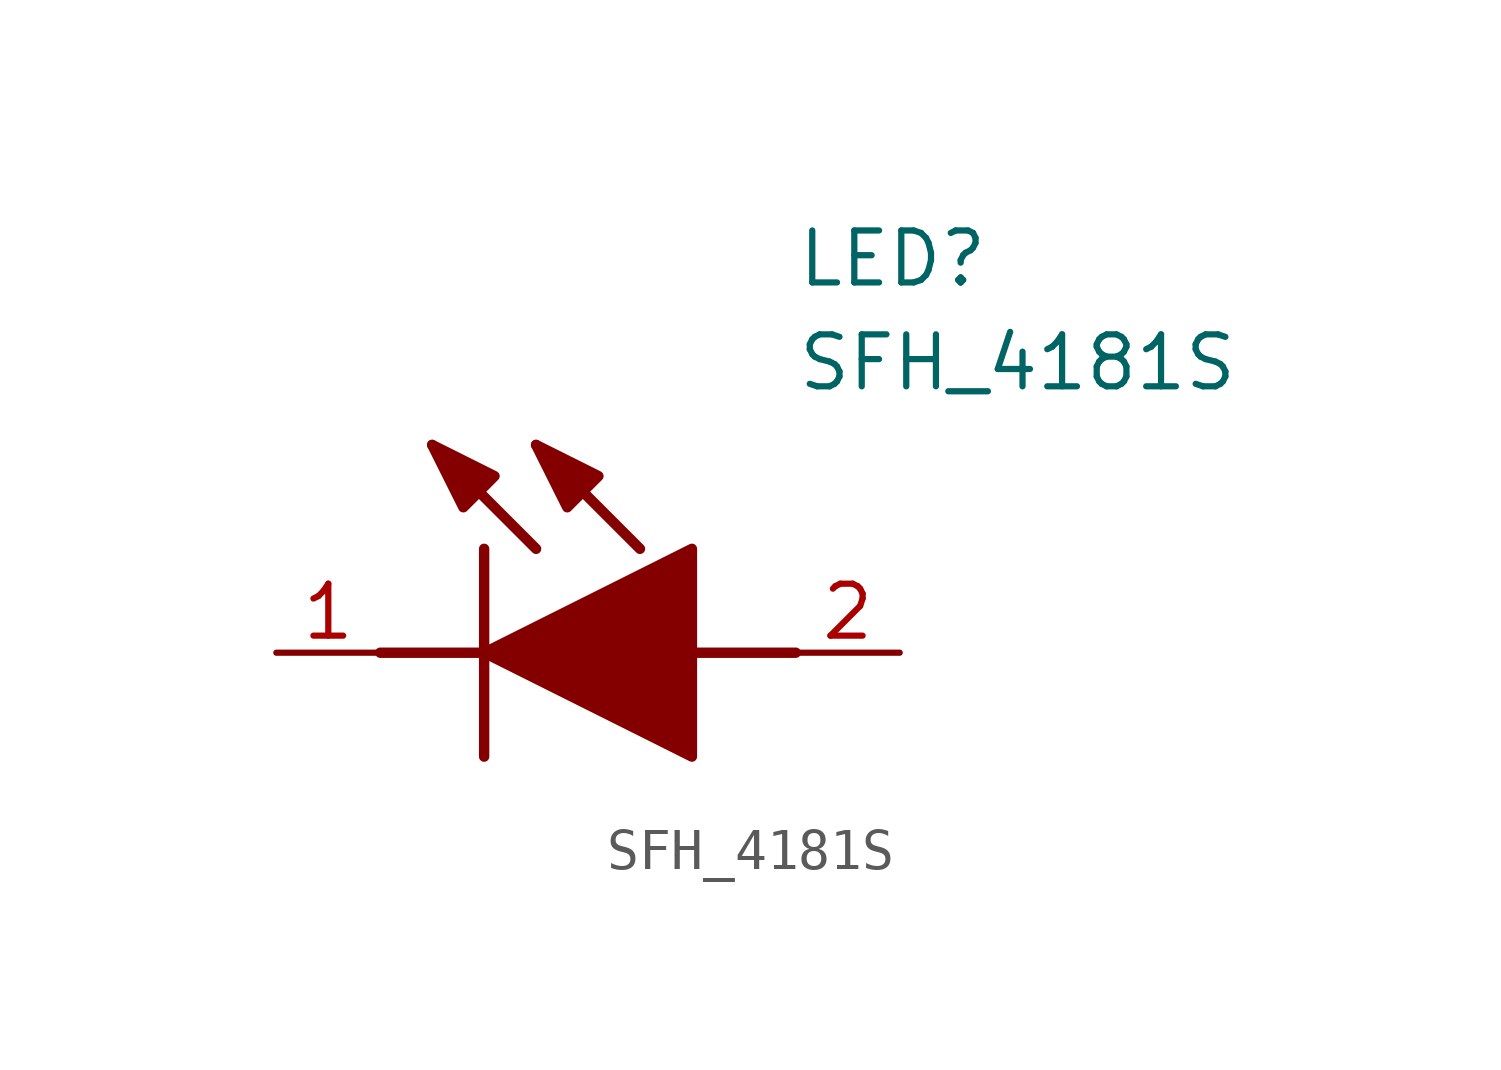
<source format=kicad_sym>
(kicad_symbol_lib
  (version 20211014)
  (generator SamacSys_ECAD_Model)
  (symbol "SFH_4181S"
    (pin_names hide)
    (property "Reference" "LED"
      (at 12.7 8.89 0)
      (effects (font (size 1.27 1.27)) (justify left bottom)))
    (property "Value" "SFH_4181S"
      (at 12.7 6.35 0)
      (effects (font (size 1.27 1.27)) (justify left bottom)))
    (polyline
      (pts (xy 5.08 2.54) (xy 5.08 -2.54))
      (stroke (width 0.254) (type default))
      (fill (type none)))
    (polyline
      (pts (xy 6.35 2.54) (xy 3.81 5.08))
      (stroke (width 0.254) (type default))
      (fill (type none)))
    (polyline
      (pts (xy 8.89 2.54) (xy 6.35 5.08))
      (stroke (width 0.254) (type default))
      (fill (type none)))
    (polyline
      (pts (xy 2.54 0) (xy 5.08 0))
      (stroke (width 0.254) (type default))
      (fill (type none)))
    (polyline
      (pts (xy 10.16 0) (xy 12.7 0))
      (stroke (width 0.254) (type default))
      (fill (type none)))
    (polyline
      (pts (xy 5.08 0) (xy 10.16 2.54) (xy 10.16 -2.54) (xy 5.08 0))
      (stroke (width 0.254) (type default))
      (fill (type outline)))
    (polyline
      (pts (xy 5.334 4.318) (xy 4.572 3.556) (xy 3.81 5.08) (xy 5.334 4.318))
      (stroke (width 0.254) (type default))
      (fill (type outline)))
    (polyline
      (pts (xy 7.874 4.318) (xy 7.112 3.556) (xy 6.35 5.08) (xy 7.874 4.318))
      (stroke (width 0.254) (type default))
      (fill (type outline)))
    (pin passive line
      (at 0 0 0)
      (length 2.54)
      (name "K" (effects (font (size 1.27 1.27))))
      (number "1" (effects (font (size 1.27 1.27)))))
    (pin passive line
      (at 15.24 0 180)
      (length 2.54)
      (name "A" (effects (font (size 1.27 1.27))))
      (number "2" (effects (font (size 1.27 1.27)))))))
</source>
